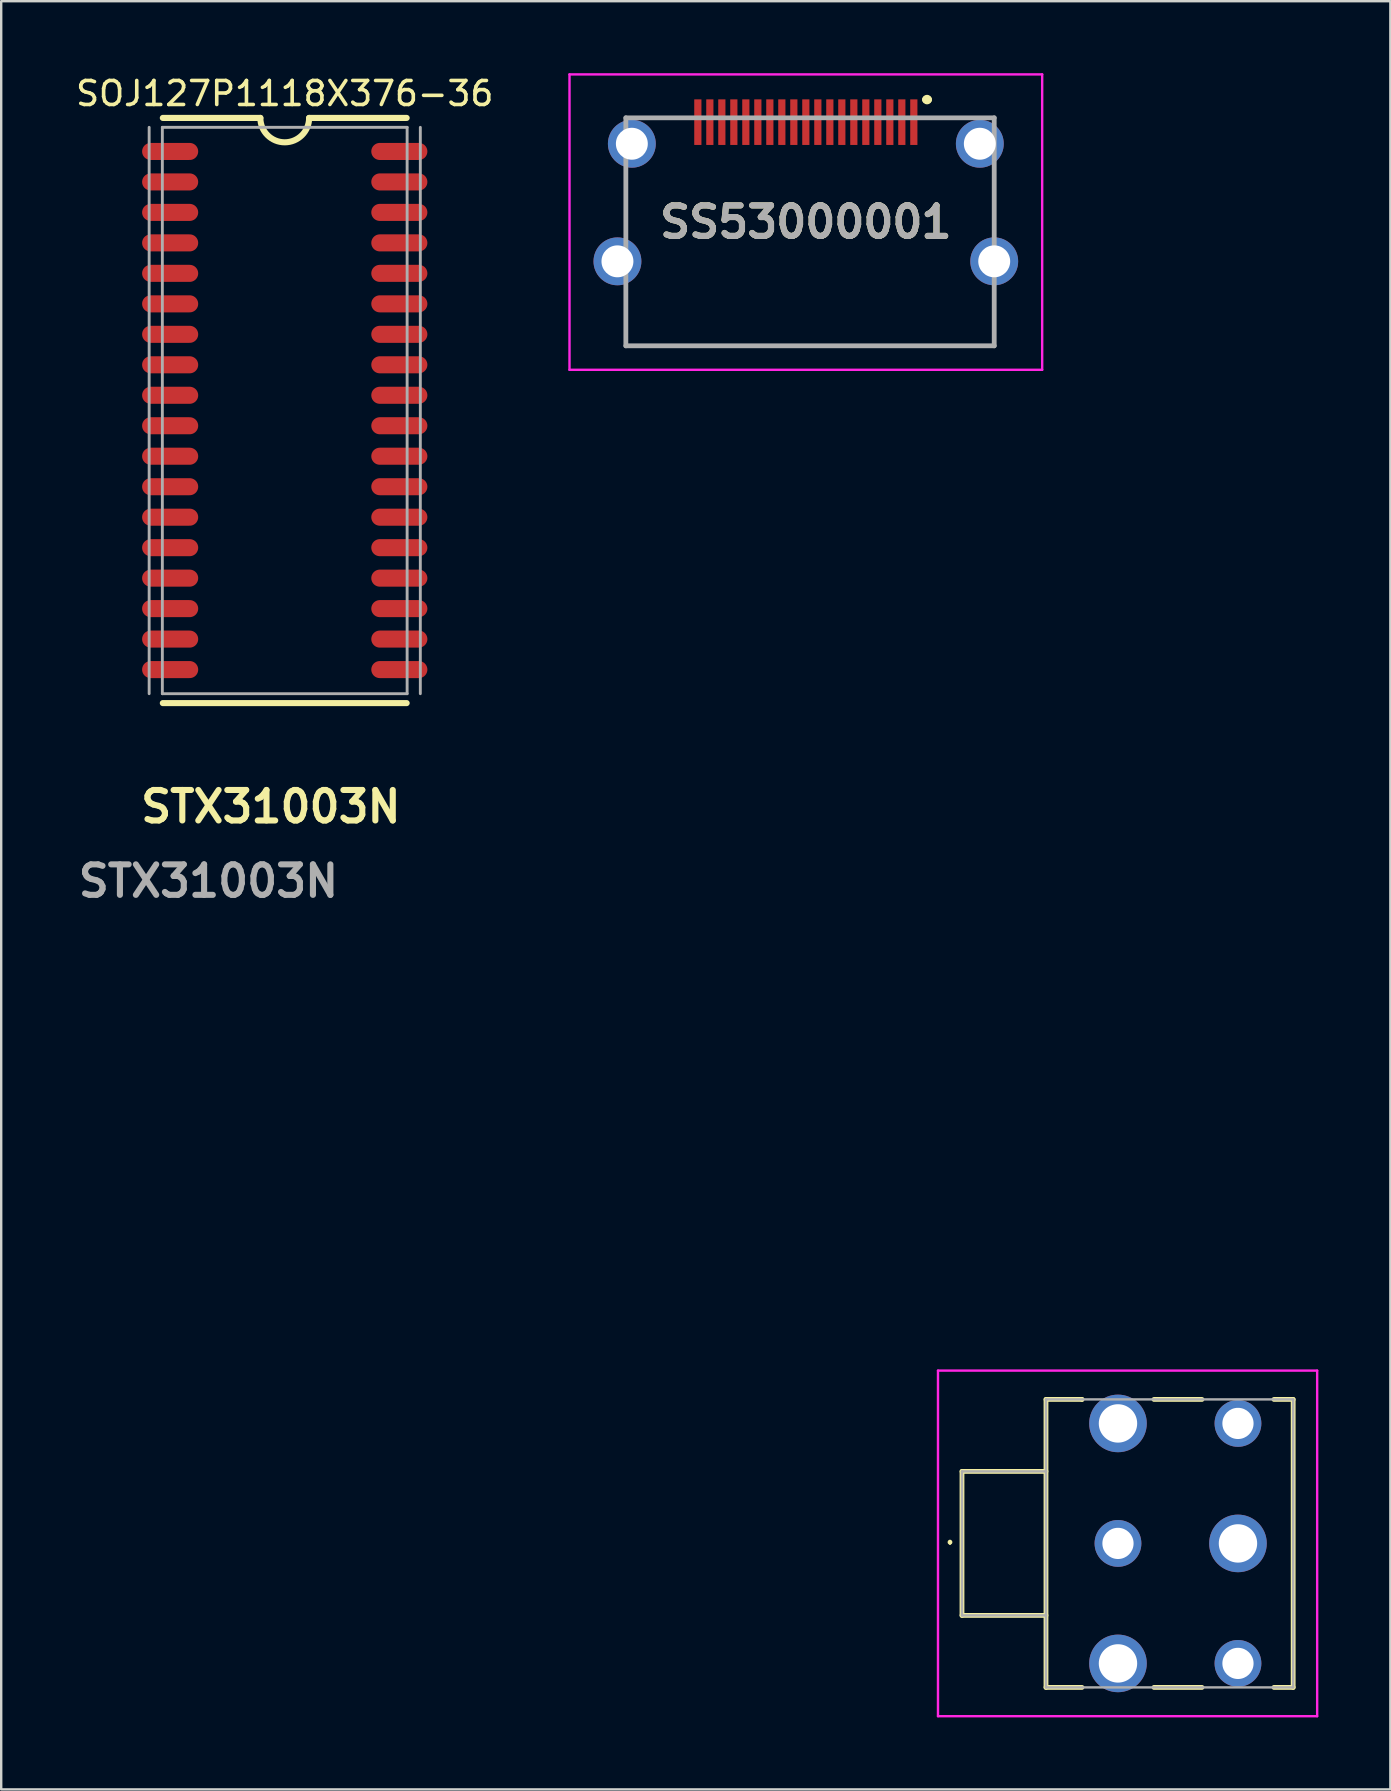
<source format=kicad_pcb>
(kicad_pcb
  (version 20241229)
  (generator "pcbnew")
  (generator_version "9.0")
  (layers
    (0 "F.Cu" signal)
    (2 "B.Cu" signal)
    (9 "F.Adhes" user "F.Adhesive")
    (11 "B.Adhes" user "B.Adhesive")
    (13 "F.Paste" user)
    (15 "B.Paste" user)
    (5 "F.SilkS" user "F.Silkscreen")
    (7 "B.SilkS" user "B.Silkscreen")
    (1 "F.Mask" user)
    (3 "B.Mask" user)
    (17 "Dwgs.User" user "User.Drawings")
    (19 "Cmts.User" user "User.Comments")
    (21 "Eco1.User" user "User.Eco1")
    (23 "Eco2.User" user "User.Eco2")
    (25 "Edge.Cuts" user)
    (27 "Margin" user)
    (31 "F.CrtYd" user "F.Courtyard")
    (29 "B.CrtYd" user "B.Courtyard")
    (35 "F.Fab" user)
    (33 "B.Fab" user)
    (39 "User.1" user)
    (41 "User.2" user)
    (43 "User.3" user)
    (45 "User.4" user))
  (footprint "SS53000001"
    (layer "F.Cu")
    (at 30.529 6.205)
    (property "Reference" "SS53000001" (at 0 0 0) (layer "F.SilkS") (effects (font (size 1.27 1.27) (thickness 0.254))))
    (attr through_hole)
    (fp_line (start -7.5 3.135) (end -7.5 5.155) (stroke (width 0.1) (type solid)) (layer "F.SilkS"))
    (fp_line (start -7.5 5.155) (end 7.85 5.155) (stroke (width 0.1) (type solid)) (layer "F.SilkS"))
    (fp_line (start 5 -5.105) (end 5 -5.105) (stroke (width 0.3) (type solid)) (layer "F.SilkS"))
    (fp_line (start 5.1 -5.105) (end 5.1 -5.105) (stroke (width 0.3) (type solid)) (layer "F.SilkS"))
    (fp_line (start 7.85 5.155) (end 7.85 3.135) (stroke (width 0.1) (type solid)) (layer "F.SilkS"))
    (fp_arc (start 5 -5.105) (mid 5.05 -5.155) (end 5.1 -5.105) (stroke (width 0.3) (type solid)) (layer "F.SilkS"))
    (fp_arc (start 5.1 -5.105) (mid 5.05 -5.055) (end 5 -5.105) (stroke (width 0.3) (type solid)) (layer "F.SilkS"))
    (fp_line (start -9.848 -6.155) (end 9.848 -6.155) (stroke (width 0.1) (type solid)) (layer "F.CrtYd"))
    (fp_line (start -9.848 6.155) (end -9.848 -6.155) (stroke (width 0.1) (type solid)) (layer "F.CrtYd"))
    (fp_line (start 9.848 -6.155) (end 9.848 6.155) (stroke (width 0.1) (type solid)) (layer "F.CrtYd"))
    (fp_line (start 9.848 6.155) (end -9.848 6.155) (stroke (width 0.1) (type solid)) (layer "F.CrtYd"))
    (fp_line (start -7.5 -4.345) (end 7.85 -4.345) (stroke (width 0.2) (type solid)) (layer "F.Fab"))
    (fp_line (start -7.5 5.155) (end -7.5 -4.345) (stroke (width 0.2) (type solid)) (layer "F.Fab"))
    (fp_line (start 7.85 -4.345) (end 7.85 5.155) (stroke (width 0.2) (type solid)) (layer "F.Fab"))
    (fp_line (start 7.85 5.155) (end -7.5 5.155) (stroke (width 0.2) (type solid)) (layer "F.Fab"))
    (fp_text user "${REFERENCE}" (at 0 0 0) (layer "F.Fab") (effects (font (size 1.27 1.27) (thickness 0.254))))
    (pad "1" smd rect (at 4.5 -4.165) (size 0.3 1.9) (layers "F.Cu" "F.Mask" "F.Paste"))
    (pad "2" smd rect (at 4 -4.165) (size 0.3 1.9) (layers "F.Cu" "F.Mask" "F.Paste"))
    (pad "3" smd rect (at 3.5 -4.165) (size 0.3 1.9) (layers "F.Cu" "F.Mask" "F.Paste"))
    (pad "4" smd rect (at 3 -4.165) (size 0.3 1.9) (layers "F.Cu" "F.Mask" "F.Paste"))
    (pad "5" smd rect (at 2.5 -4.165) (size 0.3 1.9) (layers "F.Cu" "F.Mask" "F.Paste"))
    (pad "6" smd rect (at 2 -4.165) (size 0.3 1.9) (layers "F.Cu" "F.Mask" "F.Paste"))
    (pad "7" smd rect (at 1.5 -4.165) (size 0.3 1.9) (layers "F.Cu" "F.Mask" "F.Paste"))
    (pad "8" smd rect (at 1 -4.165) (size 0.3 1.9) (layers "F.Cu" "F.Mask" "F.Paste"))
    (pad "9" smd rect (at 0.5 -4.165) (size 0.3 1.9) (layers "F.Cu" "F.Mask" "F.Paste"))
    (pad "10" smd rect (at 0 -4.165) (size 0.3 1.9) (layers "F.Cu" "F.Mask" "F.Paste"))
    (pad "11" smd rect (at -0.5 -4.165) (size 0.3 1.9) (layers "F.Cu" "F.Mask" "F.Paste"))
    (pad "12" smd rect (at -1 -4.165) (size 0.3 1.9) (layers "F.Cu" "F.Mask" "F.Paste"))
    (pad "13" smd rect (at -1.5 -4.165) (size 0.3 1.9) (layers "F.Cu" "F.Mask" "F.Paste"))
    (pad "14" smd rect (at -2 -4.165) (size 0.3 1.9) (layers "F.Cu" "F.Mask" "F.Paste"))
    (pad "15" smd rect (at -2.5 -4.165) (size 0.3 1.9) (layers "F.Cu" "F.Mask" "F.Paste"))
    (pad "16" smd rect (at -3 -4.165) (size 0.3 1.9) (layers "F.Cu" "F.Mask" "F.Paste"))
    (pad "17" smd rect (at -3.5 -4.165) (size 0.3 1.9) (layers "F.Cu" "F.Mask" "F.Paste"))
    (pad "18" smd rect (at -4 -4.165) (size 0.3 1.9) (layers "F.Cu" "F.Mask" "F.Paste"))
    (pad "19" smd rect (at -4.5 -4.165) (size 0.3 1.9) (layers "F.Cu" "F.Mask" "F.Paste"))
    (pad "MH1" thru_hole circle (at -7.25 -3.265) (size 1.995 1.995) (drill 1.33) (layers "*.Cu" "*.Mask"))
    (pad "MH2" thru_hole circle (at 7.25 -3.265) (size 1.995 1.995) (drill 1.33) (layers "*.Cu" "*.Mask"))
    (pad "MH3" thru_hole circle (at 7.85 1.635) (size 1.995 1.995) (drill 1.33) (layers "*.Cu" "*.Mask"))
    (pad "MH4" thru_hole circle (at -7.85 1.635) (size 1.995 1.995) (drill 1.33) (layers "*.Cu" "*.Mask")))
  (footprint "STX31003N"
    (layer "F.Cu")
    (at 43.536 61.264)
    (property "Reference" "STX31003N" (at -35.3 -30.7 180) (layer "F.SilkS") (effects (font (size 1.27 1.27) (thickness 0.254))))
    (attr through_hole)
    (fp_line (start -7 -0.1) (end -7 -0.1) (stroke (width 0.1) (type solid)) (layer "F.SilkS"))
    (fp_line (start -7 0) (end -7 0) (stroke (width 0.1) (type solid)) (layer "F.SilkS"))
    (fp_line (start -6.5 -3) (end -3 -3) (stroke (width 0.2) (type solid)) (layer "F.SilkS"))
    (fp_line (start -6.5 3) (end -6.5 -3) (stroke (width 0.2) (type solid)) (layer "F.SilkS"))
    (fp_line (start -3 -6) (end -3 6) (stroke (width 0.2) (type solid)) (layer "F.SilkS"))
    (fp_line (start -3 3) (end -6.5 3) (stroke (width 0.2) (type solid)) (layer "F.SilkS"))
    (fp_line (start -3 6) (end -1.5 6) (stroke (width 0.2) (type solid)) (layer "F.SilkS"))
    (fp_line (start -1.5 -6) (end -3 -6) (stroke (width 0.2) (type solid)) (layer "F.SilkS"))
    (fp_line (start -1.5 -6) (end -1.5 -6) (stroke (width 0.2) (type solid)) (layer "F.SilkS"))
    (fp_line (start 1.5 -6) (end 3.5 -6) (stroke (width 0.2) (type solid)) (layer "F.SilkS"))
    (fp_line (start 1.5 6) (end 3.5 6) (stroke (width 0.2) (type solid)) (layer "F.SilkS"))
    (fp_line (start 6.5 -6) (end 7.3 -6) (stroke (width 0.2) (type solid)) (layer "F.SilkS"))
    (fp_line (start 7.3 -6) (end 7.3 6) (stroke (width 0.2) (type solid)) (layer "F.SilkS"))
    (fp_line (start 7.3 6) (end 6.5 6) (stroke (width 0.2) (type solid)) (layer "F.SilkS"))
    (fp_arc (start -7 -0.1) (mid -6.95 -0.05) (end -7 0) (stroke (width 0.1) (type solid)) (layer "F.SilkS"))
    (fp_arc (start -7 0) (mid -7.05 -0.05) (end -7 -0.1) (stroke (width 0.1) (type solid)) (layer "F.SilkS"))
    (fp_line (start -7.5 -7.2) (end 8.3 -7.2) (stroke (width 0.1) (type solid)) (layer "F.CrtYd"))
    (fp_line (start -7.5 7.2) (end -7.5 -7.2) (stroke (width 0.1) (type solid)) (layer "F.CrtYd"))
    (fp_line (start 8.3 -7.2) (end 8.3 7.2) (stroke (width 0.1) (type solid)) (layer "F.CrtYd"))
    (fp_line (start 8.3 7.2) (end -7.5 7.2) (stroke (width 0.1) (type solid)) (layer "F.CrtYd"))
    (fp_line (start -6.5 -3) (end -3 -3) (stroke (width 0.1) (type solid)) (layer "F.Fab"))
    (fp_line (start -6.5 3) (end -6.5 -3) (stroke (width 0.1) (type solid)) (layer "F.Fab"))
    (fp_line (start -3 -6) (end 7.3 -6) (stroke (width 0.1) (type solid)) (layer "F.Fab"))
    (fp_line (start -3 -3) (end -3 -3) (stroke (width 0.1) (type solid)) (layer "F.Fab"))
    (fp_line (start -3 3) (end -6.5 3) (stroke (width 0.1) (type solid)) (layer "F.Fab"))
    (fp_line (start -3 3) (end -3 3) (stroke (width 0.1) (type solid)) (layer "F.Fab"))
    (fp_line (start -3 6) (end -3 -6) (stroke (width 0.1) (type solid)) (layer "F.Fab"))
    (fp_line (start 7.3 -6) (end 7.3 6) (stroke (width 0.1) (type solid)) (layer "F.Fab"))
    (fp_line (start 7.3 6) (end -3 6) (stroke (width 0.1) (type solid)) (layer "F.Fab"))
    (fp_text user "${REFERENCE}" (at -37.9 -27.6 180) (layer "F.Fab") (effects (font (size 1.27 1.27) (thickness 0.254))))
    (pad "1" thru_hole circle (at 0 0) (size 1.95 1.95) (drill 1.3) (layers "*.Cu" "*.Mask"))
    (pad "2" thru_hole circle (at 5 5) (size 1.95 1.95) (drill 1.3) (layers "*.Cu" "*.Mask"))
    (pad "5" thru_hole circle (at 5 -5) (size 1.95 1.95) (drill 1.3) (layers "*.Cu" "*.Mask"))
    (pad "MH1" thru_hole circle (at 0 -5) (size 2.4 2.4) (drill 1.6) (layers "*.Cu" "*.Mask"))
    (pad "MH2" thru_hole circle (at 0 5) (size 2.4 2.4) (drill 1.6) (layers "*.Cu" "*.Mask"))
    (pad "MH3" thru_hole circle (at 5 0) (size 2.4 2.4) (drill 1.6) (layers "*.Cu" "*.Mask")))
  (footprint "SOJ127P1118X376-36"
    (layer "F.Cu")
    (at 8.815 14.056)
    (property "Reference" "SOJ127P1118X376-36" (at 0 -13.208 0) (layer "F.SilkS") (effects (font (size 1 1) (thickness 0.15))))
    (attr through_hole)
    (fp_line (start -5.08 -12.192) (end -1.016 -12.192) (stroke (width 0.254) (type solid)) (layer "F.SilkS"))
    (fp_line (start 1.016 -12.192) (end 5.08 -12.192) (stroke (width 0.254) (type solid)) (layer "F.SilkS"))
    (fp_line (start 5.08 12.192) (end -5.08 12.192) (stroke (width 0.254) (type solid)) (layer "F.SilkS"))
    (fp_arc (start 1.016 -12.192) (mid 0 -11.176) (end -1.016 -12.192) (stroke (width 0.254) (type solid)) (layer "F.SilkS"))
    (fp_line (start -5.65 11.8) (end -5.65 -11.8) (stroke (width 0.12) (type solid)) (layer "F.Fab"))
    (fp_line (start -5.1 -11.8) (end 5.1 -11.8) (stroke (width 0.12) (type solid)) (layer "F.Fab"))
    (fp_line (start -5.1 11.8) (end -5.1 -11.8) (stroke (width 0.12) (type solid)) (layer "F.Fab"))
    (fp_line (start -5.1 11.8) (end 5.1 11.8) (stroke (width 0.12) (type solid)) (layer "F.Fab"))
    (fp_line (start 5.1 -11.8) (end 5.1 11.8) (stroke (width 0.12) (type solid)) (layer "F.Fab"))
    (fp_line (start 5.65 -11.8) (end 5.65 11.8) (stroke (width 0.12) (type solid)) (layer "F.Fab"))
    (pad "1" smd oval (at -4.775 -10.795) (size 2.337 0.711) (layers "F.Cu" "F.Mask" "F.Paste"))
    (pad "2" smd oval (at -4.775 -9.525) (size 2.337 0.711) (layers "F.Cu" "F.Mask" "F.Paste"))
    (pad "3" smd oval (at -4.775 -8.255) (size 2.337 0.711) (layers "F.Cu" "F.Mask" "F.Paste"))
    (pad "4" smd oval (at -4.775 -6.985) (size 2.337 0.711) (layers "F.Cu" "F.Mask" "F.Paste"))
    (pad "5" smd oval (at -4.775 -5.715) (size 2.337 0.711) (layers "F.Cu" "F.Mask" "F.Paste"))
    (pad "6" smd oval (at -4.775 -4.445) (size 2.337 0.711) (layers "F.Cu" "F.Mask" "F.Paste"))
    (pad "7" smd oval (at -4.775 -3.175) (size 2.337 0.711) (layers "F.Cu" "F.Mask" "F.Paste"))
    (pad "8" smd oval (at -4.775 -1.905) (size 2.337 0.711) (layers "F.Cu" "F.Mask" "F.Paste"))
    (pad "9" smd oval (at -4.775 -0.635) (size 2.337 0.711) (layers "F.Cu" "F.Mask" "F.Paste"))
    (pad "10" smd oval (at -4.775 0.635) (size 2.337 0.711) (layers "F.Cu" "F.Mask" "F.Paste"))
    (pad "11" smd oval (at -4.775 1.905) (size 2.337 0.711) (layers "F.Cu" "F.Mask" "F.Paste"))
    (pad "12" smd oval (at -4.775 3.175) (size 2.337 0.711) (layers "F.Cu" "F.Mask" "F.Paste"))
    (pad "13" smd oval (at -4.775 4.445) (size 2.337 0.711) (layers "F.Cu" "F.Mask" "F.Paste"))
    (pad "14" smd oval (at -4.775 5.715) (size 2.337 0.711) (layers "F.Cu" "F.Mask" "F.Paste"))
    (pad "15" smd oval (at -4.775 6.985) (size 2.337 0.711) (layers "F.Cu" "F.Mask" "F.Paste"))
    (pad "16" smd oval (at -4.775 8.255) (size 2.337 0.711) (layers "F.Cu" "F.Mask" "F.Paste"))
    (pad "17" smd oval (at -4.775 9.525) (size 2.337 0.711) (layers "F.Cu" "F.Mask" "F.Paste"))
    (pad "18" smd oval (at -4.775 10.795) (size 2.337 0.711) (layers "F.Cu" "F.Mask" "F.Paste"))
    (pad "19" smd oval (at 4.775 10.795) (size 2.337 0.711) (layers "F.Cu" "F.Mask" "F.Paste"))
    (pad "20" smd oval (at 4.775 9.525) (size 2.337 0.711) (layers "F.Cu" "F.Mask" "F.Paste"))
    (pad "21" smd oval (at 4.775 8.255) (size 2.337 0.711) (layers "F.Cu" "F.Mask" "F.Paste"))
    (pad "22" smd oval (at 4.775 6.985) (size 2.337 0.711) (layers "F.Cu" "F.Mask" "F.Paste"))
    (pad "23" smd oval (at 4.775 5.715) (size 2.337 0.711) (layers "F.Cu" "F.Mask" "F.Paste"))
    (pad "24" smd oval (at 4.775 4.445) (size 2.337 0.711) (layers "F.Cu" "F.Mask" "F.Paste"))
    (pad "25" smd oval (at 4.775 3.175) (size 2.337 0.711) (layers "F.Cu" "F.Mask" "F.Paste"))
    (pad "26" smd oval (at 4.775 1.905) (size 2.337 0.711) (layers "F.Cu" "F.Mask" "F.Paste"))
    (pad "27" smd oval (at 4.775 0.635) (size 2.337 0.711) (layers "F.Cu" "F.Mask" "F.Paste"))
    (pad "28" smd oval (at 4.775 -0.635) (size 2.337 0.711) (layers "F.Cu" "F.Mask" "F.Paste"))
    (pad "29" smd oval (at 4.775 -1.905) (size 2.337 0.711) (layers "F.Cu" "F.Mask" "F.Paste"))
    (pad "30" smd oval (at 4.775 -3.175) (size 2.337 0.711) (layers "F.Cu" "F.Mask" "F.Paste"))
    (pad "31" smd oval (at 4.775 -4.445) (size 2.337 0.711) (layers "F.Cu" "F.Mask" "F.Paste"))
    (pad "32" smd oval (at 4.775 -5.715) (size 2.337 0.711) (layers "F.Cu" "F.Mask" "F.Paste"))
    (pad "33" smd oval (at 4.775 -6.985) (size 2.337 0.711) (layers "F.Cu" "F.Mask" "F.Paste"))
    (pad "34" smd oval (at 4.775 -8.255) (size 2.337 0.711) (layers "F.Cu" "F.Mask" "F.Paste"))
    (pad "35" smd oval (at 4.775 -9.525) (size 2.337 0.711) (layers "F.Cu" "F.Mask" "F.Paste"))
    (pad "36" smd oval (at 4.775 -10.795) (size 2.337 0.711) (layers "F.Cu" "F.Mask" "F.Paste")))
  (gr_rect
    (start -3 -3)
    (end 54.886 71.514)
    (stroke (width 0.1) (type default))
    (fill no)
    (layer "Edge.Cuts")))
</source>
